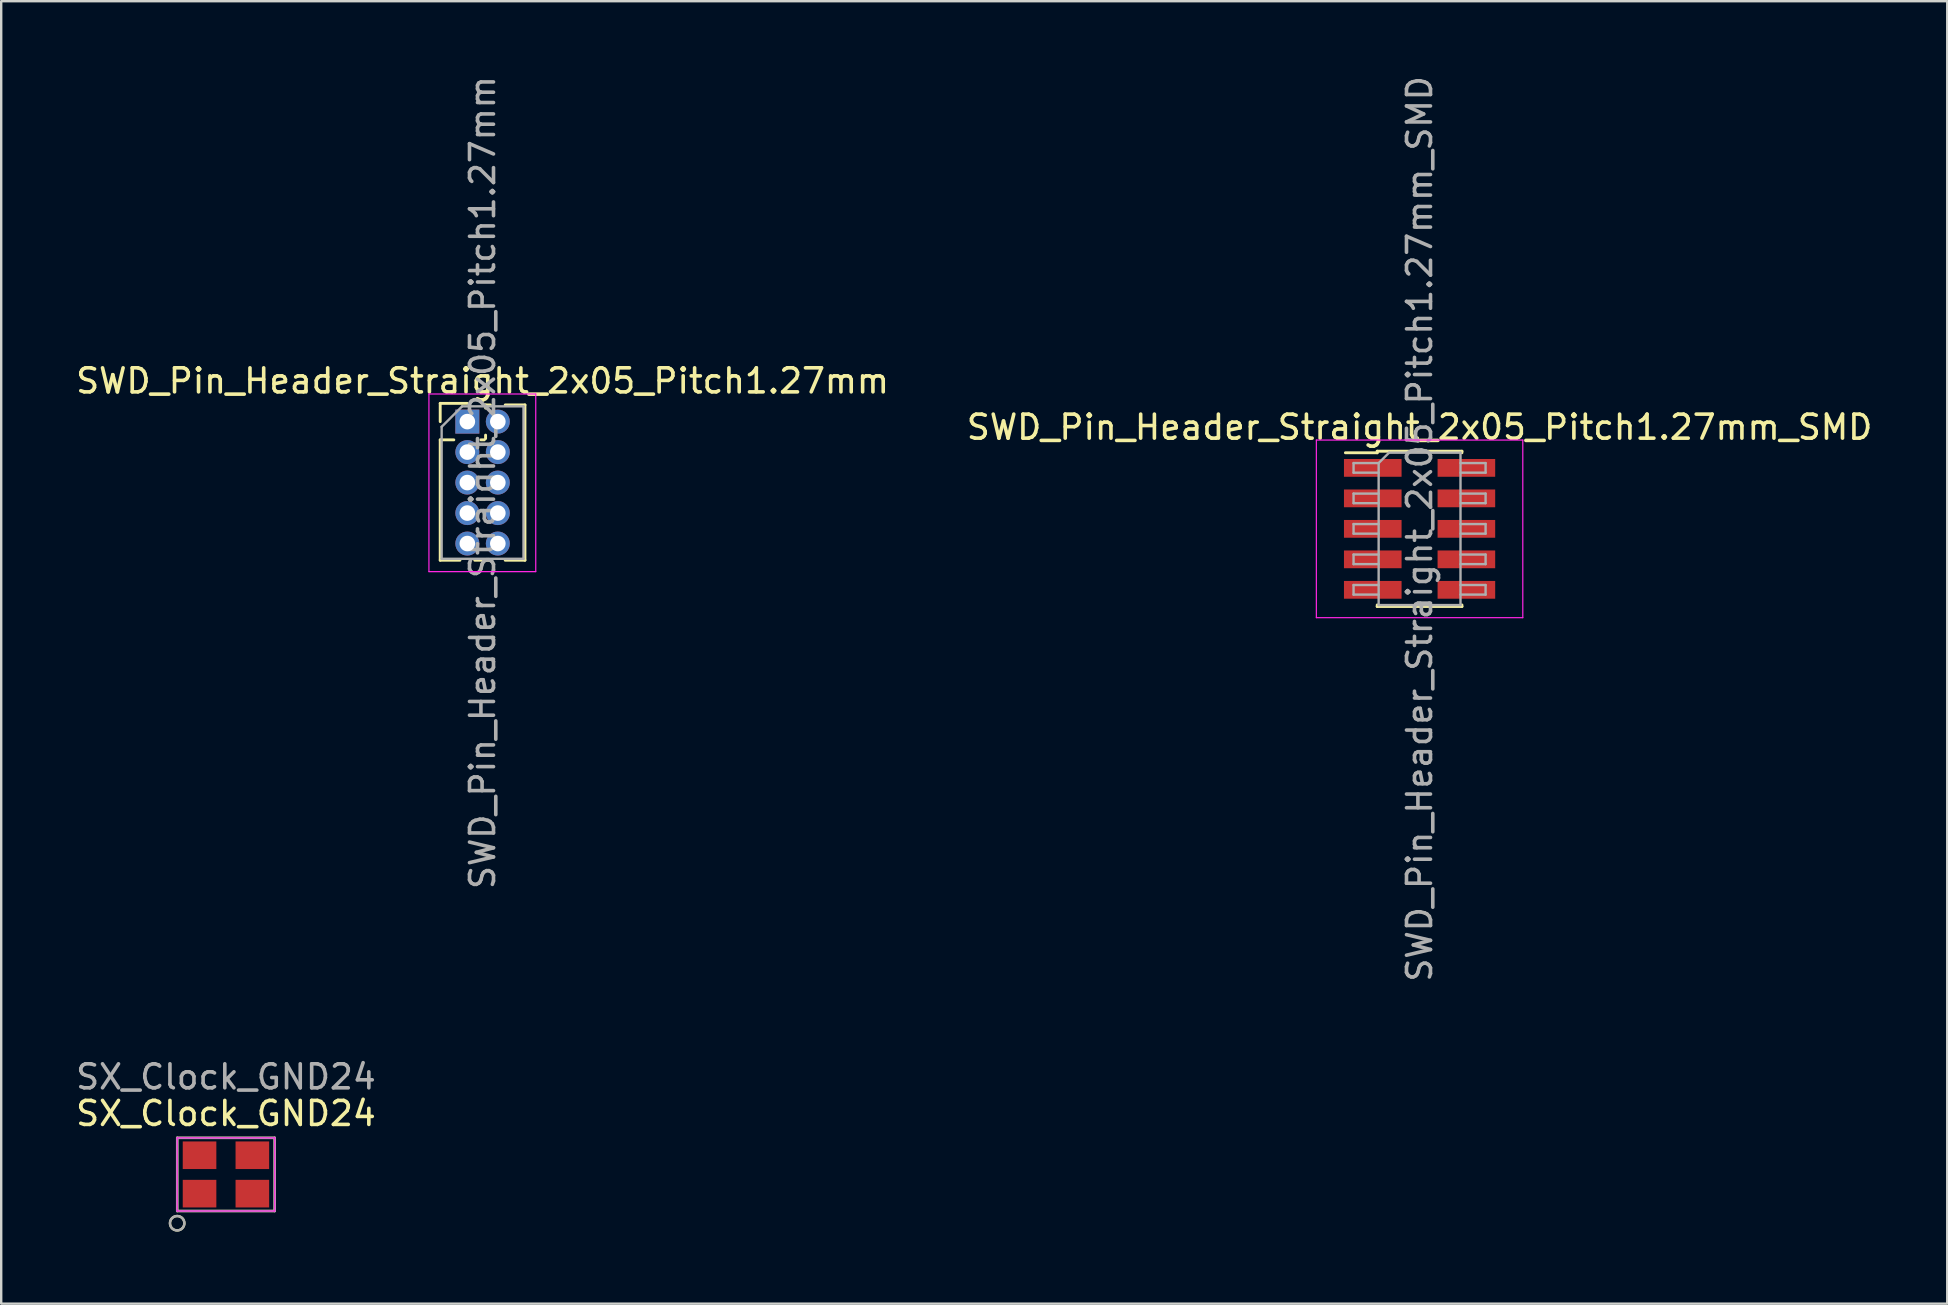
<source format=kicad_pcb>
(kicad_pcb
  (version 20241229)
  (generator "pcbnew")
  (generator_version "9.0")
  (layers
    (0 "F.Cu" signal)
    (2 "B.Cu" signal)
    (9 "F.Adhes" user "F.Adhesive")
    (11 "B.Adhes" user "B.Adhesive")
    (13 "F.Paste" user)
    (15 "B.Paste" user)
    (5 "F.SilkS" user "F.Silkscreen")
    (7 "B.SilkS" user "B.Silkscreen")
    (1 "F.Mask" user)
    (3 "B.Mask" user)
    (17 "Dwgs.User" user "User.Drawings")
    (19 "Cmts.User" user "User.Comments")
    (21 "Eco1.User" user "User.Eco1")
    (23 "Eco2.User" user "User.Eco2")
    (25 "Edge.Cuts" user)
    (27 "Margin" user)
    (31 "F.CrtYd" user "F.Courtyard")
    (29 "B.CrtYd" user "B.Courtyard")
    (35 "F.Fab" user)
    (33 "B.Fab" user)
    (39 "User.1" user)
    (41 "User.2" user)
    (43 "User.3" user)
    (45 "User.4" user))
  (footprint "SWD_Pin_Header_Straight_2x05_Pitch1.27mm_SMD"
    (layer "F.Cu")
    (at 56.089 18.982)
    (property "Reference" "SWD_Pin_Header_Straight_2x05_Pitch1.27mm_SMD" (at 0 -4.235 0) (layer "F.SilkS") (effects (font (size 1 1) (thickness 0.15))))
    (attr smd)
    (fp_line (start -3.09 -3.17) (end -1.765 -3.17) (stroke (width 0.12) (type solid)) (layer "F.SilkS"))
    (fp_line (start -1.765 -3.235) (end -1.765 -3.17) (stroke (width 0.12) (type solid)) (layer "F.SilkS"))
    (fp_line (start -1.765 -3.235) (end 1.765 -3.235) (stroke (width 0.12) (type solid)) (layer "F.SilkS"))
    (fp_line (start -1.765 3.17) (end -1.765 3.235) (stroke (width 0.12) (type solid)) (layer "F.SilkS"))
    (fp_line (start -1.765 3.235) (end 1.765 3.235) (stroke (width 0.12) (type solid)) (layer "F.SilkS"))
    (fp_line (start 1.765 -3.235) (end 1.765 -3.17) (stroke (width 0.12) (type solid)) (layer "F.SilkS"))
    (fp_line (start 1.765 3.17) (end 1.765 3.235) (stroke (width 0.12) (type solid)) (layer "F.SilkS"))
    (fp_line (start -4.3 -3.7) (end -4.3 3.7) (stroke (width 0.05) (type solid)) (layer "F.CrtYd"))
    (fp_line (start -4.3 3.7) (end 4.3 3.7) (stroke (width 0.05) (type solid)) (layer "F.CrtYd"))
    (fp_line (start 4.3 -3.7) (end -4.3 -3.7) (stroke (width 0.05) (type solid)) (layer "F.CrtYd"))
    (fp_line (start 4.3 3.7) (end 4.3 -3.7) (stroke (width 0.05) (type solid)) (layer "F.CrtYd"))
    (fp_line (start -2.75 -2.74) (end -2.75 -2.34) (stroke (width 0.1) (type solid)) (layer "F.Fab"))
    (fp_line (start -2.75 -2.34) (end -1.705 -2.34) (stroke (width 0.1) (type solid)) (layer "F.Fab"))
    (fp_line (start -2.75 -1.47) (end -2.75 -1.07) (stroke (width 0.1) (type solid)) (layer "F.Fab"))
    (fp_line (start -2.75 -1.07) (end -1.705 -1.07) (stroke (width 0.1) (type solid)) (layer "F.Fab"))
    (fp_line (start -2.75 -0.2) (end -2.75 0.2) (stroke (width 0.1) (type solid)) (layer "F.Fab"))
    (fp_line (start -2.75 0.2) (end -1.705 0.2) (stroke (width 0.1) (type solid)) (layer "F.Fab"))
    (fp_line (start -2.75 1.07) (end -2.75 1.47) (stroke (width 0.1) (type solid)) (layer "F.Fab"))
    (fp_line (start -2.75 1.47) (end -1.705 1.47) (stroke (width 0.1) (type solid)) (layer "F.Fab"))
    (fp_line (start -2.75 2.34) (end -2.75 2.74) (stroke (width 0.1) (type solid)) (layer "F.Fab"))
    (fp_line (start -2.75 2.74) (end -1.705 2.74) (stroke (width 0.1) (type solid)) (layer "F.Fab"))
    (fp_line (start -1.705 -2.74) (end -2.75 -2.74) (stroke (width 0.1) (type solid)) (layer "F.Fab"))
    (fp_line (start -1.705 -2.74) (end -1.27 -3.175) (stroke (width 0.1) (type solid)) (layer "F.Fab"))
    (fp_line (start -1.705 -1.47) (end -2.75 -1.47) (stroke (width 0.1) (type solid)) (layer "F.Fab"))
    (fp_line (start -1.705 -0.2) (end -2.75 -0.2) (stroke (width 0.1) (type solid)) (layer "F.Fab"))
    (fp_line (start -1.705 1.07) (end -2.75 1.07) (stroke (width 0.1) (type solid)) (layer "F.Fab"))
    (fp_line (start -1.705 2.34) (end -2.75 2.34) (stroke (width 0.1) (type solid)) (layer "F.Fab"))
    (fp_line (start -1.705 3.175) (end -1.705 -2.74) (stroke (width 0.1) (type solid)) (layer "F.Fab"))
    (fp_line (start -1.27 -3.175) (end 1.705 -3.175) (stroke (width 0.1) (type solid)) (layer "F.Fab"))
    (fp_line (start 1.705 -3.175) (end 1.705 3.175) (stroke (width 0.1) (type solid)) (layer "F.Fab"))
    (fp_line (start 1.705 -2.74) (end 2.75 -2.74) (stroke (width 0.1) (type solid)) (layer "F.Fab"))
    (fp_line (start 1.705 -1.47) (end 2.75 -1.47) (stroke (width 0.1) (type solid)) (layer "F.Fab"))
    (fp_line (start 1.705 -0.2) (end 2.75 -0.2) (stroke (width 0.1) (type solid)) (layer "F.Fab"))
    (fp_line (start 1.705 1.07) (end 2.75 1.07) (stroke (width 0.1) (type solid)) (layer "F.Fab"))
    (fp_line (start 1.705 2.34) (end 2.75 2.34) (stroke (width 0.1) (type solid)) (layer "F.Fab"))
    (fp_line (start 1.705 3.175) (end -1.705 3.175) (stroke (width 0.1) (type solid)) (layer "F.Fab"))
    (fp_line (start 2.75 -2.74) (end 2.75 -2.34) (stroke (width 0.1) (type solid)) (layer "F.Fab"))
    (fp_line (start 2.75 -2.34) (end 1.705 -2.34) (stroke (width 0.1) (type solid)) (layer "F.Fab"))
    (fp_line (start 2.75 -1.47) (end 2.75 -1.07) (stroke (width 0.1) (type solid)) (layer "F.Fab"))
    (fp_line (start 2.75 -1.07) (end 1.705 -1.07) (stroke (width 0.1) (type solid)) (layer "F.Fab"))
    (fp_line (start 2.75 -0.2) (end 2.75 0.2) (stroke (width 0.1) (type solid)) (layer "F.Fab"))
    (fp_line (start 2.75 0.2) (end 1.705 0.2) (stroke (width 0.1) (type solid)) (layer "F.Fab"))
    (fp_line (start 2.75 1.07) (end 2.75 1.47) (stroke (width 0.1) (type solid)) (layer "F.Fab"))
    (fp_line (start 2.75 1.47) (end 1.705 1.47) (stroke (width 0.1) (type solid)) (layer "F.Fab"))
    (fp_line (start 2.75 2.34) (end 2.75 2.74) (stroke (width 0.1) (type solid)) (layer "F.Fab"))
    (fp_line (start 2.75 2.74) (end 1.705 2.74) (stroke (width 0.1) (type solid)) (layer "F.Fab"))
    (fp_text user "${REFERENCE}" (at 0 0 90) (layer "F.Fab") (effects (font (size 1 1) (thickness 0.15))))
    (pad "1" smd rect (at -1.95 -2.54) (size 2.4 0.74) (layers "F.Cu" "F.Mask" "F.Paste"))
    (pad "2" smd rect (at 1.95 -2.54) (size 2.4 0.74) (layers "F.Cu" "F.Mask" "F.Paste"))
    (pad "3" smd rect (at -1.95 -1.27) (size 2.4 0.74) (layers "F.Cu" "F.Mask" "F.Paste"))
    (pad "4" smd rect (at 1.95 -1.27) (size 2.4 0.74) (layers "F.Cu" "F.Mask" "F.Paste"))
    (pad "5" smd rect (at -1.95 0) (size 2.4 0.74) (layers "F.Cu" "F.Mask" "F.Paste"))
    (pad "6" smd rect (at 1.95 0) (size 2.4 0.74) (layers "F.Cu" "F.Mask" "F.Paste"))
    (pad "7" smd rect (at -1.95 1.27) (size 2.4 0.74) (layers "F.Cu" "F.Mask" "F.Paste"))
    (pad "8" smd rect (at 1.95 1.27) (size 2.4 0.74) (layers "F.Cu" "F.Mask" "F.Paste"))
    (pad "9" smd rect (at -1.95 2.54) (size 2.4 0.74) (layers "F.Cu" "F.Mask" "F.Paste"))
    (pad "10" smd rect (at 1.95 2.54) (size 2.4 0.74) (layers "F.Cu" "F.Mask" "F.Paste")))
  (footprint "SWD_Pin_Header_Straight_2x05_Pitch1.27mm"
    (layer "F.Cu")
    (at 16.419 14.514)
    (property "Reference" "SWD_Pin_Header_Straight_2x05_Pitch1.27mm" (at 0.635 -1.695 0) (layer "F.SilkS") (effects (font (size 1 1) (thickness 0.15))))
    (attr through_hole)
    (fp_line (start -1.13 -0.76) (end 0 -0.76) (stroke (width 0.12) (type solid)) (layer "F.SilkS"))
    (fp_line (start -1.13 0) (end -1.13 -0.76) (stroke (width 0.12) (type solid)) (layer "F.SilkS"))
    (fp_line (start -1.13 0.76) (end -1.13 5.775) (stroke (width 0.12) (type solid)) (layer "F.SilkS"))
    (fp_line (start -1.13 0.76) (end -0.563 0.76) (stroke (width 0.12) (type solid)) (layer "F.SilkS"))
    (fp_line (start -1.13 5.775) (end -0.308 5.775) (stroke (width 0.12) (type solid)) (layer "F.SilkS"))
    (fp_line (start 0.308 5.775) (end 0.962 5.775) (stroke (width 0.12) (type solid)) (layer "F.SilkS"))
    (fp_line (start 0.563 0.76) (end 0.707 0.76) (stroke (width 0.12) (type solid)) (layer "F.SilkS"))
    (fp_line (start 0.76 -0.695) (end 0.962 -0.695) (stroke (width 0.12) (type solid)) (layer "F.SilkS"))
    (fp_line (start 0.76 -0.563) (end 0.76 -0.695) (stroke (width 0.12) (type solid)) (layer "F.SilkS"))
    (fp_line (start 0.76 0.707) (end 0.76 0.563) (stroke (width 0.12) (type solid)) (layer "F.SilkS"))
    (fp_line (start 1.578 -0.695) (end 2.4 -0.695) (stroke (width 0.12) (type solid)) (layer "F.SilkS"))
    (fp_line (start 1.578 5.775) (end 2.4 5.775) (stroke (width 0.12) (type solid)) (layer "F.SilkS"))
    (fp_line (start 2.4 -0.695) (end 2.4 5.775) (stroke (width 0.12) (type solid)) (layer "F.SilkS"))
    (fp_line (start -1.6 -1.15) (end -1.6 6.25) (stroke (width 0.05) (type solid)) (layer "F.CrtYd"))
    (fp_line (start -1.6 6.25) (end 2.85 6.25) (stroke (width 0.05) (type solid)) (layer "F.CrtYd"))
    (fp_line (start 2.85 -1.15) (end -1.6 -1.15) (stroke (width 0.05) (type solid)) (layer "F.CrtYd"))
    (fp_line (start 2.85 6.25) (end 2.85 -1.15) (stroke (width 0.05) (type solid)) (layer "F.CrtYd"))
    (fp_line (start -1.07 0.217) (end -0.217 -0.635) (stroke (width 0.1) (type solid)) (layer "F.Fab"))
    (fp_line (start -1.07 5.715) (end -1.07 0.217) (stroke (width 0.1) (type solid)) (layer "F.Fab"))
    (fp_line (start -0.217 -0.635) (end 2.34 -0.635) (stroke (width 0.1) (type solid)) (layer "F.Fab"))
    (fp_line (start 2.34 -0.635) (end 2.34 5.715) (stroke (width 0.1) (type solid)) (layer "F.Fab"))
    (fp_line (start 2.34 5.715) (end -1.07 5.715) (stroke (width 0.1) (type solid)) (layer "F.Fab"))
    (fp_text user "${REFERENCE}" (at 0.635 2.54 90) (layer "F.Fab") (effects (font (size 1 1) (thickness 0.15))))
    (pad "1" thru_hole rect (at 0 0) (size 1 1) (drill 0.65) (layers "*.Cu" "*.Mask"))
    (pad "2" thru_hole oval (at 1.27 0) (size 1 1) (drill 0.65) (layers "*.Cu" "*.Mask"))
    (pad "3" thru_hole oval (at 0 1.27) (size 1 1) (drill 0.65) (layers "*.Cu" "*.Mask"))
    (pad "4" thru_hole oval (at 1.27 1.27) (size 1 1) (drill 0.65) (layers "*.Cu" "*.Mask"))
    (pad "5" thru_hole oval (at 0 2.54) (size 1 1) (drill 0.65) (layers "*.Cu" "*.Mask"))
    (pad "6" thru_hole oval (at 1.27 2.54) (size 1 1) (drill 0.65) (layers "*.Cu" "*.Mask"))
    (pad "7" thru_hole oval (at 0 3.81) (size 1 1) (drill 0.65) (layers "*.Cu" "*.Mask"))
    (pad "8" thru_hole oval (at 1.27 3.81) (size 1 1) (drill 0.65) (layers "*.Cu" "*.Mask"))
    (pad "9" thru_hole oval (at 0 5.08) (size 1 1) (drill 0.65) (layers "*.Cu" "*.Mask"))
    (pad "10" thru_hole oval (at 1.27 5.08) (size 1 1) (drill 0.65) (layers "*.Cu" "*.Mask")))
  (footprint "SX_Clock_GND24"
    (layer "F.Cu")
    (at 6.363 45.877)
    (property "Reference" "SX_Clock_GND24" (at 0 -2.54 0) (unlocked yes) (layer "F.SilkS") (effects (font (size 1 1) (thickness 0.15))))
    (attr smd)
    (fp_line (start -2.032 -1.524) (end 2.032 -1.524) (stroke (width 0.1) (type solid)) (layer "F.SilkS"))
    (fp_line (start -2.032 1.524) (end -2.032 -1.524) (stroke (width 0.1) (type solid)) (layer "F.SilkS"))
    (fp_line (start 2.032 -1.524) (end 2.032 1.524) (stroke (width 0.1) (type solid)) (layer "F.SilkS"))
    (fp_line (start 2.032 1.524) (end -2.032 1.524) (stroke (width 0.1) (type solid)) (layer "F.SilkS"))
    (fp_circle (center -2.032 2.032) (end -1.732 2.032) (stroke (width 0.1) (type solid)) (fill no) (layer "F.SilkS"))
    (fp_line (start -2.032 -1.524) (end -2.032 1.524) (stroke (width 0.05) (type solid)) (layer "F.CrtYd"))
    (fp_line (start -2.032 1.524) (end 2.032 1.524) (stroke (width 0.05) (type solid)) (layer "F.CrtYd"))
    (fp_line (start 2.032 -1.524) (end -2.032 -1.524) (stroke (width 0.05) (type solid)) (layer "F.CrtYd"))
    (fp_line (start 2.032 1.524) (end 2.032 -1.524) (stroke (width 0.05) (type solid)) (layer "F.CrtYd"))
    (fp_line (start -2.032 -1.524) (end 2.032 -1.524) (stroke (width 0.1) (type solid)) (layer "F.Fab"))
    (fp_line (start -2.032 1.524) (end -2.032 -1.524) (stroke (width 0.1) (type solid)) (layer "F.Fab"))
    (fp_line (start 2.032 -1.524) (end 2.032 1.524) (stroke (width 0.1) (type solid)) (layer "F.Fab"))
    (fp_line (start 2.032 1.524) (end -2.032 1.524) (stroke (width 0.1) (type solid)) (layer "F.Fab"))
    (fp_circle (center -2.032 2.032) (end -1.732 2.032) (stroke (width 0.1) (type solid)) (fill no) (layer "F.Fab"))
    (fp_text user "${REFERENCE}" (at 0 -4.064 0) (unlocked yes) (layer "F.Fab") (effects (font (size 1 1) (thickness 0.15))))
    (pad "1" smd rect (at -1.1 0.8) (size 1.4 1.15) (layers "F.Cu" "F.Mask" "F.Paste"))
    (pad "2" smd rect (at 1.1 0.8) (size 1.4 1.15) (layers "F.Cu" "F.Mask" "F.Paste"))
    (pad "3" smd rect (at 1.1 -0.8) (size 1.4 1.15) (layers "F.Cu" "F.Mask" "F.Paste"))
    (pad "4" smd rect (at -1.1 -0.8) (size 1.4 1.15) (layers "F.Cu" "F.Mask" "F.Paste")))
  (gr_rect
    (start -3 -3)
    (end 78.071 51.259)
    (stroke (width 0.1) (type default))
    (fill no)
    (layer "Edge.Cuts")))
</source>
